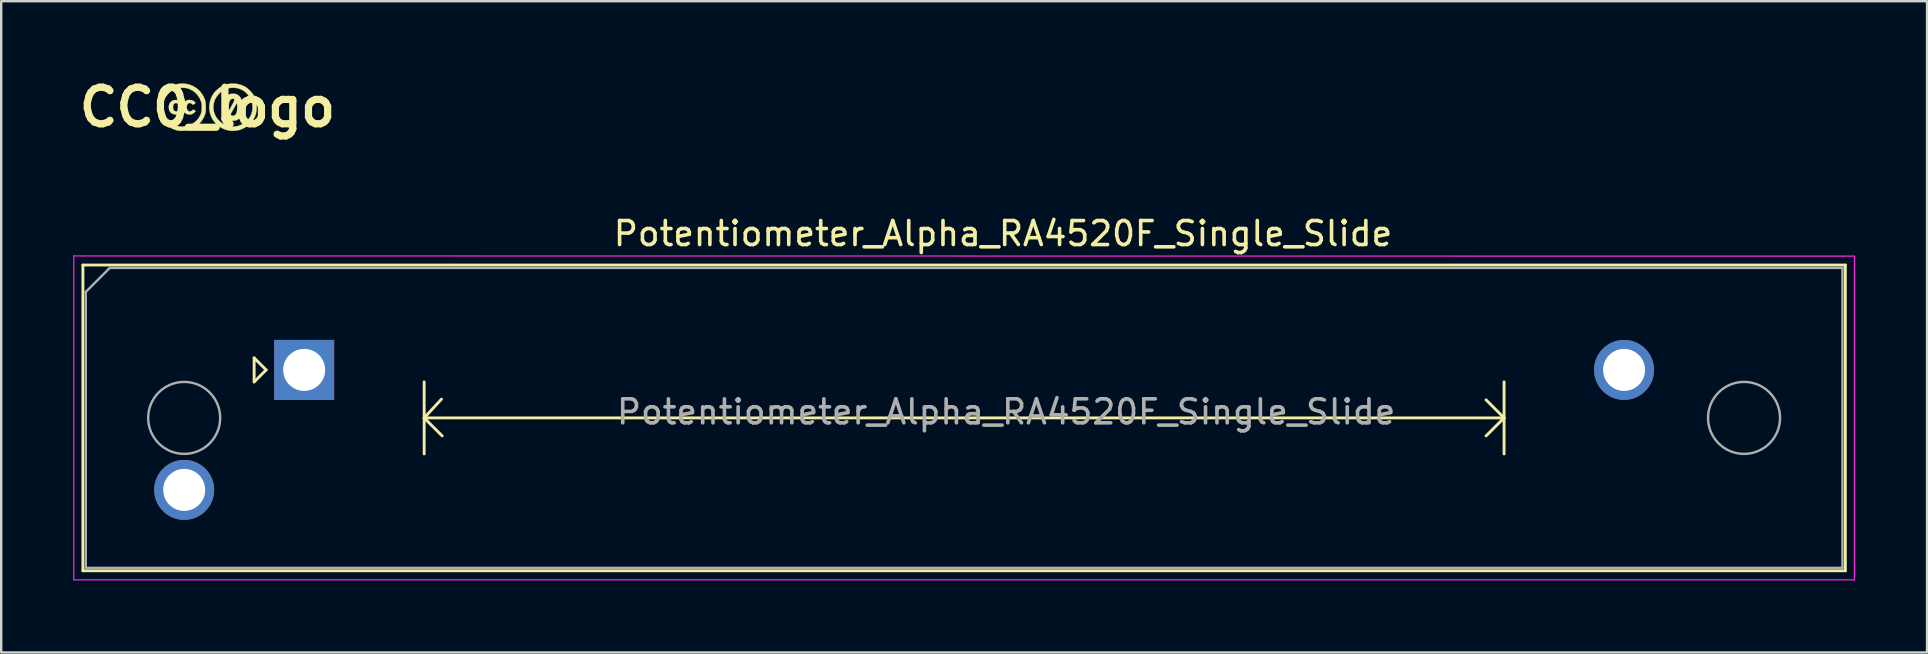
<source format=kicad_pcb>
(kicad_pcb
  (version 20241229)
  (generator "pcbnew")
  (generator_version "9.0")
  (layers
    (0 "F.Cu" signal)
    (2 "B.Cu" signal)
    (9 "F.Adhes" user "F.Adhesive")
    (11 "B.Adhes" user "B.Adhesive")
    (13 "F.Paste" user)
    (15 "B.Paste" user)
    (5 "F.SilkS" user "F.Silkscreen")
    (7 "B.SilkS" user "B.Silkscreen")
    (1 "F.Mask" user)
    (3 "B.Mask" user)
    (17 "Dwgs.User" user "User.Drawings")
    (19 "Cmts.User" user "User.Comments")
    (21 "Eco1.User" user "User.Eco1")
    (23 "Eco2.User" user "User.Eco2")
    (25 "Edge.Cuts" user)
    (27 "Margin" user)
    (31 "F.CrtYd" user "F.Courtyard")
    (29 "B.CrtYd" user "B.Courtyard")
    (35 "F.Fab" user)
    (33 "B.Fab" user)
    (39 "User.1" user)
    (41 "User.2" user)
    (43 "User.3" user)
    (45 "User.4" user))
  (footprint "CC0_logo"
    (layer "F.Cu")
    (at 5.595 1.418)
    (property "Reference" "CC0_logo" (at 0 0 0) (layer "F.SilkS") (effects (font (size 1.524 1.524) (thickness 0.3))))
    (attr through_hole)
    (fp_poly (pts (xy -1.226 -0.291) (xy -1.175 -0.271) (xy -1.127 -0.24) (xy -1.091 -0.207) (xy -1.08 -0.191) (xy -1.075 -0.175) (xy -1.084 -0.161) (xy -1.111 -0.143) (xy -1.126 -0.134) (xy -1.184 -0.102) (xy -1.228 -0.14) (xy -1.274 -0.17) (xy -1.321 -0.176) (xy -1.37 -0.159) (xy -1.406 -0.13) (xy -1.426 -0.085) (xy -1.434 -0.022) (xy -1.433 0.021) (xy -1.428 0.068) (xy -1.421 0.099) (xy -1.407 0.121) (xy -1.387 0.141) (xy -1.338 0.172) (xy -1.288 0.177) (xy -1.238 0.157) (xy -1.214 0.139) (xy -1.17 0.1) (xy -1.118 0.127) (xy -1.088 0.145) (xy -1.069 0.16) (xy -1.067 0.164) (xy -1.076 0.178) (xy -1.099 0.202) (xy -1.123 0.225) (xy -1.197 0.275) (xy -1.278 0.301) (xy -1.361 0.302) (xy -1.446 0.279) (xy -1.455 0.275) (xy -1.524 0.23) (xy -1.573 0.171) (xy -1.602 0.095) (xy -1.612 0.004) (xy -1.611 -0.023) (xy -1.605 -0.081) (xy -1.592 -0.127) (xy -1.569 -0.171) (xy -1.568 -0.173) (xy -1.517 -0.234) (xy -1.45 -0.277) (xy -1.372 -0.3) (xy -1.287 -0.302) (xy -1.226 -0.291)) (stroke (width 0.01) (type solid)) (fill yes) (layer "F.SilkS"))
    (fp_poly (pts (xy -0.657 -0.291) (xy -0.59 -0.265) (xy -0.537 -0.227) (xy -0.507 -0.188) (xy -0.504 -0.173) (xy -0.516 -0.157) (xy -0.547 -0.136) (xy -0.554 -0.132) (xy -0.589 -0.112) (xy -0.61 -0.106) (xy -0.623 -0.111) (xy -0.627 -0.116) (xy -0.659 -0.146) (xy -0.698 -0.169) (xy -0.732 -0.178) (xy -0.785 -0.167) (xy -0.826 -0.135) (xy -0.852 -0.083) (xy -0.863 -0.015) (xy -0.864 -0.001) (xy -0.855 0.068) (xy -0.832 0.122) (xy -0.797 0.159) (xy -0.753 0.177) (xy -0.705 0.174) (xy -0.654 0.148) (xy -0.641 0.138) (xy -0.596 0.098) (xy -0.546 0.121) (xy -0.515 0.138) (xy -0.497 0.154) (xy -0.495 0.159) (xy -0.505 0.18) (xy -0.531 0.208) (xy -0.567 0.238) (xy -0.605 0.266) (xy -0.642 0.286) (xy -0.656 0.291) (xy -0.746 0.305) (xy -0.832 0.293) (xy -0.886 0.272) (xy -0.954 0.225) (xy -1.003 0.161) (xy -1.033 0.083) (xy -1.041 0.003) (xy -1.03 -0.082) (xy -0.999 -0.16) (xy -0.95 -0.225) (xy -0.887 -0.273) (xy -0.871 -0.281) (xy -0.803 -0.301) (xy -0.729 -0.304) (xy -0.657 -0.291)) (stroke (width 0.01) (type solid)) (fill yes) (layer "F.SilkS"))
    (fp_poly (pts (xy 1.117 -0.563) (xy 1.159 -0.558) (xy 1.197 -0.547) (xy 1.235 -0.529) (xy 1.31 -0.48) (xy 1.37 -0.411) (xy 1.416 -0.324) (xy 1.448 -0.215) (xy 1.46 -0.147) (xy 1.47 -0.047) (xy 1.471 0.041) (xy 1.463 0.131) (xy 1.455 0.181) (xy 1.426 0.294) (xy 1.382 0.389) (xy 1.326 0.464) (xy 1.256 0.519) (xy 1.227 0.534) (xy 1.166 0.553) (xy 1.093 0.563) (xy 1.02 0.565) (xy 0.969 0.559) (xy 0.92 0.546) (xy 0.88 0.527) (xy 0.839 0.498) (xy 0.811 0.473) (xy 0.752 0.404) (xy 0.708 0.318) (xy 0.701 0.294) (xy 0.965 0.294) (xy 0.976 0.324) (xy 1.004 0.345) (xy 1.044 0.355) (xy 1.089 0.353) (xy 1.132 0.338) (xy 1.154 0.324) (xy 1.181 0.292) (xy 1.205 0.249) (xy 1.212 0.232) (xy 1.225 0.18) (xy 1.234 0.113) (xy 1.24 0.038) (xy 1.242 -0.034) (xy 1.238 -0.095) (xy 1.236 -0.113) (xy 1.225 -0.169) (xy 1.095 0.054) (xy 1.056 0.123) (xy 1.021 0.184) (xy 0.993 0.236) (xy 0.974 0.273) (xy 0.965 0.292) (xy 0.965 0.294) (xy 0.701 0.294) (xy 0.678 0.212) (xy 0.662 0.086) (xy 0.66 0.023) (xy 0.885 0.023) (xy 0.886 0.062) (xy 0.888 0.092) (xy 0.89 0.113) (xy 0.893 0.124) (xy 0.901 0.122) (xy 0.913 0.107) (xy 0.932 0.076) (xy 0.959 0.027) (xy 0.996 -0.041) (xy 1.028 -0.1) (xy 1.066 -0.172) (xy 1.093 -0.225) (xy 1.111 -0.263) (xy 1.121 -0.29) (xy 1.123 -0.308) (xy 1.12 -0.322) (xy 1.119 -0.325) (xy 1.096 -0.349) (xy 1.058 -0.356) (xy 1.011 -0.346) (xy 0.989 -0.336) (xy 0.952 -0.303) (xy 0.922 -0.248) (xy 0.901 -0.174) (xy 0.888 -0.083) (xy 0.885 0.023) (xy 0.66 0.023) (xy 0.659 -0.005) (xy 0.666 -0.143) (xy 0.689 -0.262) (xy 0.727 -0.361) (xy 0.78 -0.442) (xy 0.812 -0.474) (xy 0.867 -0.517) (xy 0.923 -0.545) (xy 0.988 -0.559) (xy 1.06 -0.564) (xy 1.117 -0.563)) (stroke (width 0.01) (type solid)) (fill yes) (layer "F.SilkS"))
    (fp_poly (pts (xy 1.259 -0.967) (xy 1.407 -0.928) (xy 1.545 -0.868) (xy 1.591 -0.843) (xy 1.661 -0.792) (xy 1.736 -0.727) (xy 1.809 -0.653) (xy 1.872 -0.578) (xy 1.915 -0.514) (xy 1.98 -0.38) (xy 2.024 -0.237) (xy 2.048 -0.089) (xy 2.051 0.061) (xy 2.033 0.208) (xy 1.995 0.349) (xy 1.936 0.479) (xy 1.931 0.487) (xy 1.851 0.603) (xy 1.75 0.71) (xy 1.633 0.803) (xy 1.506 0.879) (xy 1.372 0.936) (xy 1.315 0.952) (xy 1.231 0.969) (xy 1.136 0.98) (xy 1.041 0.984) (xy 0.956 0.981) (xy 0.921 0.977) (xy 0.766 0.94) (xy 0.618 0.88) (xy 0.482 0.797) (xy 0.435 0.762) (xy 0.324 0.656) (xy 0.233 0.537) (xy 0.162 0.407) (xy 0.112 0.269) (xy 0.083 0.125) (xy 0.077 0.022) (xy 0.248 0.022) (xy 0.264 0.16) (xy 0.304 0.293) (xy 0.359 0.405) (xy 0.4 0.464) (xy 0.456 0.529) (xy 0.52 0.593) (xy 0.585 0.65) (xy 0.644 0.693) (xy 0.649 0.695) (xy 0.777 0.757) (xy 0.913 0.794) (xy 1.053 0.808) (xy 1.196 0.797) (xy 1.272 0.781) (xy 1.383 0.741) (xy 1.493 0.683) (xy 1.596 0.611) (xy 1.682 0.529) (xy 1.708 0.499) (xy 1.785 0.383) (xy 1.839 0.259) (xy 1.87 0.13) (xy 1.88 -0.001) (xy 1.868 -0.131) (xy 1.836 -0.259) (xy 1.782 -0.381) (xy 1.709 -0.494) (xy 1.617 -0.596) (xy 1.515 -0.678) (xy 1.397 -0.743) (xy 1.269 -0.787) (xy 1.135 -0.809) (xy 0.998 -0.81) (xy 0.863 -0.788) (xy 0.732 -0.744) (xy 0.695 -0.727) (xy 0.602 -0.669) (xy 0.511 -0.591) (xy 0.428 -0.499) (xy 0.357 -0.398) (xy 0.303 -0.294) (xy 0.287 -0.251) (xy 0.255 -0.115) (xy 0.248 0.022) (xy 0.077 0.022) (xy 0.075 -0.021) (xy 0.089 -0.168) (xy 0.125 -0.313) (xy 0.184 -0.453) (xy 0.26 -0.578) (xy 0.344 -0.678) (xy 0.444 -0.769) (xy 0.555 -0.848) (xy 0.672 -0.912) (xy 0.789 -0.955) (xy 0.803 -0.958) (xy 0.953 -0.983) (xy 1.106 -0.986) (xy 1.259 -0.967)) (stroke (width 0.01) (type solid)) (fill yes) (layer "F.SilkS"))
    (fp_poly (pts (xy -0.875 -0.973) (xy -0.728 -0.936) (xy -0.589 -0.877) (xy -0.461 -0.798) (xy -0.347 -0.701) (xy -0.248 -0.586) (xy -0.167 -0.454) (xy -0.159 -0.438) (xy -0.126 -0.366) (xy -0.102 -0.3) (xy -0.086 -0.235) (xy -0.076 -0.162) (xy -0.071 -0.077) (xy -0.07 0.013) (xy -0.071 0.091) (xy -0.073 0.149) (xy -0.076 0.195) (xy -0.082 0.233) (xy -0.092 0.27) (xy -0.105 0.311) (xy -0.164 0.448) (xy -0.244 0.575) (xy -0.343 0.69) (xy -0.458 0.789) (xy -0.585 0.871) (xy -0.722 0.931) (xy -0.815 0.959) (xy -0.895 0.973) (xy -0.986 0.981) (xy -1.08 0.984) (xy -1.165 0.981) (xy -1.204 0.977) (xy -1.342 0.944) (xy -1.479 0.888) (xy -1.607 0.812) (xy -1.723 0.72) (xy -1.724 0.72) (xy -1.832 0.602) (xy -1.919 0.473) (xy -1.983 0.334) (xy -2.024 0.189) (xy -2.041 0.038) (xy -2.039 -0.009) (xy -1.861 -0.009) (xy -1.859 0.078) (xy -1.852 0.155) (xy -1.843 0.197) (xy -1.794 0.326) (xy -1.725 0.445) (xy -1.637 0.553) (xy -1.535 0.644) (xy -1.421 0.716) (xy -1.406 0.723) (xy -1.349 0.747) (xy -1.291 0.769) (xy -1.242 0.784) (xy -1.232 0.786) (xy -1.188 0.795) (xy -1.151 0.802) (xy -1.137 0.806) (xy -1.104 0.809) (xy -1.055 0.808) (xy -0.996 0.805) (xy -0.937 0.799) (xy -0.883 0.792) (xy -0.855 0.786) (xy -0.745 0.749) (xy -0.635 0.694) (xy -0.533 0.624) (xy -0.445 0.545) (xy -0.399 0.492) (xy -0.333 0.394) (xy -0.286 0.302) (xy -0.256 0.208) (xy -0.241 0.104) (xy -0.237 0) (xy -0.238 -0.071) (xy -0.242 -0.125) (xy -0.25 -0.172) (xy -0.263 -0.219) (xy -0.272 -0.248) (xy -0.331 -0.383) (xy -0.41 -0.503) (xy -0.507 -0.607) (xy -0.622 -0.693) (xy -0.752 -0.759) (xy -0.795 -0.776) (xy -0.868 -0.794) (xy -0.956 -0.806) (xy -1.051 -0.811) (xy -1.144 -0.808) (xy -1.205 -0.8) (xy -1.327 -0.767) (xy -1.444 -0.712) (xy -1.553 -0.636) (xy -1.651 -0.543) (xy -1.734 -0.435) (xy -1.801 -0.315) (xy -1.83 -0.241) (xy -1.846 -0.177) (xy -1.856 -0.097) (xy -1.861 -0.009) (xy -2.039 -0.009) (xy -2.034 -0.117) (xy -2.027 -0.162) (xy -1.989 -0.313) (xy -1.931 -0.452) (xy -1.85 -0.58) (xy -1.745 -0.699) (xy -1.726 -0.718) (xy -1.608 -0.816) (xy -1.484 -0.891) (xy -1.351 -0.944) (xy -1.204 -0.976) (xy -1.186 -0.979) (xy -1.028 -0.988) (xy -0.875 -0.973)) (stroke (width 0.01) (type solid)) (fill yes) (layer "F.SilkS")))
  (footprint "Potentiometer_Alpha_RA4520F_Single_Slide"
    (layer "F.Cu")
    (at 9.625 12.364)
    (property "Reference" "Potentiometer_Alpha_RA4520F_Single_Slide" (at 29.12 -5.68 0) (layer "F.SilkS") (effects (font (size 1 1) (thickness 0.15))))
    (attr through_hole)
    (fp_line (start -9.22 -4.37) (end -9.22 8.37) (stroke (width 0.12) (type solid)) (layer "F.SilkS"))
    (fp_line (start -9.22 -4.37) (end 64.22 -4.37) (stroke (width 0.12) (type solid)) (layer "F.SilkS"))
    (fp_line (start -9.22 8.37) (end 64.22 8.37) (stroke (width 0.12) (type solid)) (layer "F.SilkS"))
    (fp_line (start -2.085 -0.5) (end -2.085 0.5) (stroke (width 0.12) (type solid)) (layer "F.SilkS"))
    (fp_line (start -2.085 0.5) (end -1.585 0) (stroke (width 0.12) (type solid)) (layer "F.SilkS"))
    (fp_line (start -1.585 0) (end -2.085 -0.5) (stroke (width 0.12) (type solid)) (layer "F.SilkS"))
    (fp_line (start 5 0.5) (end 5 3.5) (stroke (width 0.12) (type solid)) (layer "F.SilkS"))
    (fp_line (start 5 2) (end 5.75 2.75) (stroke (width 0.12) (type solid)) (layer "F.SilkS"))
    (fp_line (start 5 2) (end 50 2) (stroke (width 0.12) (type solid)) (layer "F.SilkS"))
    (fp_line (start 5.72 1.22) (end 5 2) (stroke (width 0.12) (type solid)) (layer "F.SilkS"))
    (fp_line (start 49.25 1.25) (end 50 2) (stroke (width 0.12) (type solid)) (layer "F.SilkS"))
    (fp_line (start 50 0.5) (end 50 3.5) (stroke (width 0.12) (type solid)) (layer "F.SilkS"))
    (fp_line (start 50 2) (end 49.25 2.75) (stroke (width 0.12) (type solid)) (layer "F.SilkS"))
    (fp_line (start 64.22 -4.37) (end 64.22 8.37) (stroke (width 0.12) (type solid)) (layer "F.SilkS"))
    (fp_line (start -9.6 -4.75) (end -9.6 8.75) (stroke (width 0.05) (type solid)) (layer "F.CrtYd"))
    (fp_line (start -9.6 8.75) (end 64.6 8.75) (stroke (width 0.05) (type solid)) (layer "F.CrtYd"))
    (fp_line (start 64.6 -4.74) (end -9.6 -4.75) (stroke (width 0.05) (type solid)) (layer "F.CrtYd"))
    (fp_line (start 64.6 8.75) (end 64.6 -4.74) (stroke (width 0.05) (type solid)) (layer "F.CrtYd"))
    (fp_line (start -9.1 -3.25) (end -8.1 -4.25) (stroke (width 0.1) (type solid)) (layer "F.Fab"))
    (fp_line (start -9.1 8.25) (end -9.1 -3.25) (stroke (width 0.1) (type solid)) (layer "F.Fab"))
    (fp_line (start -8.1 -4.25) (end 64.1 -4.25) (stroke (width 0.1) (type solid)) (layer "F.Fab"))
    (fp_line (start 64.1 -4.25) (end 64.1 8.25) (stroke (width 0.1) (type solid)) (layer "F.Fab"))
    (fp_line (start 64.1 8.25) (end -9.1 8.25) (stroke (width 0.1) (type solid)) (layer "F.Fab"))
    (fp_circle (center -5 2) (end -3.5 2) (stroke (width 0.1) (type solid)) (fill no) (layer "F.Fab"))
    (fp_circle (center 60 2) (end 61.5 2) (stroke (width 0.1) (type solid)) (fill no) (layer "F.Fab"))
    (fp_text user "${REFERENCE}" (at 29.25 1.75 0) (layer "F.Fab") (effects (font (size 1 1) (thickness 0.15))))
    (pad "1" thru_hole rect (at 0 0) (size 2.5 2.5) (drill 1.75) (layers "*.Cu" "*.Mask"))
    (pad "2" thru_hole circle (at -5 5) (size 2.5 2.5) (drill 1.75) (layers "*.Cu" "*.Mask"))
    (pad "3" thru_hole circle (at 55 0) (size 2.5 2.5) (drill 1.75) (layers "*.Cu" "*.Mask")))
  (gr_rect
    (start -3 -3)
    (end 77.25 24.139)
    (stroke (width 0.1) (type default))
    (fill no)
    (layer "Edge.Cuts")))
</source>
